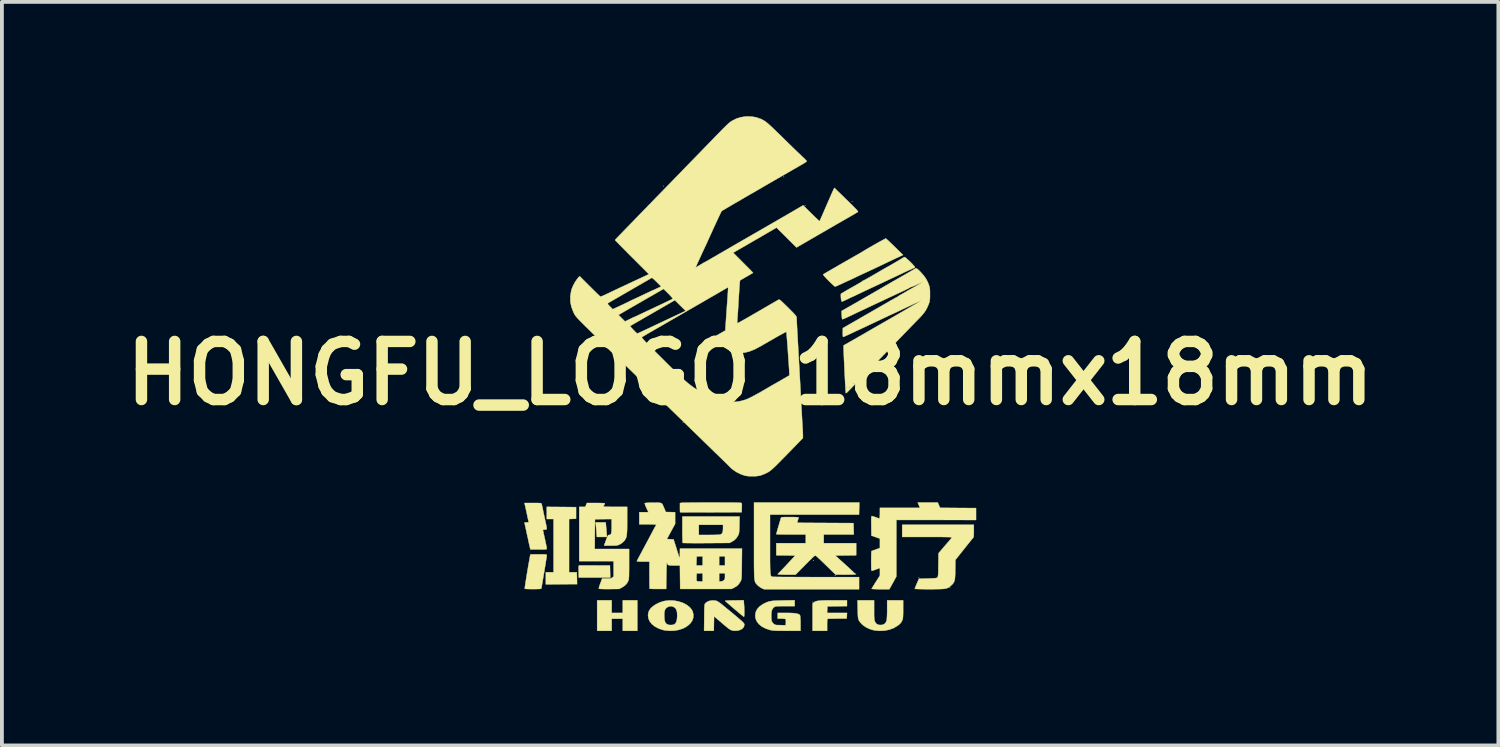
<source format=kicad_pcb>
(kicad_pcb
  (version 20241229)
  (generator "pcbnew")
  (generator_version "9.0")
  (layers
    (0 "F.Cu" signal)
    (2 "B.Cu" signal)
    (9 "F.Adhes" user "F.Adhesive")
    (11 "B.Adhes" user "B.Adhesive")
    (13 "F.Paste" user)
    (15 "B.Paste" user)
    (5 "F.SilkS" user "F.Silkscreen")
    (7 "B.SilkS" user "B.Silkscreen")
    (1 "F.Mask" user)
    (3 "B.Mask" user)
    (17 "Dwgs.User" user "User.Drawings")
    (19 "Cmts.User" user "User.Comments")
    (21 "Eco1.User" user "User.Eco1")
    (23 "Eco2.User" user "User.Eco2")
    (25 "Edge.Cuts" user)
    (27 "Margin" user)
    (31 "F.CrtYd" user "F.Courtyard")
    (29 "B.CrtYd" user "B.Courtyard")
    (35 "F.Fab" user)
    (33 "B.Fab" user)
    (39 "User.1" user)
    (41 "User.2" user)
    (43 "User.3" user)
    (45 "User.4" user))
  (footprint "HONGFU_LOGO_18mmx18mm"
    (layer "F.Cu")
    (at 16.626 6.74)
    (property "Reference" "HONGFU_LOGO_18mmx18mm" (at 0 0 0) (layer "F.SilkS") (effects (font (size 1.524 1.524) (thickness 0.3))))
    (attr through_hole)
    (fp_poly (pts (xy -2.261 -4.909) (xy -2.267 -4.902) (xy -2.273 -4.909) (xy -2.267 -4.915) (xy -2.261 -4.909)) (stroke (width 0.01) (type solid)) (fill yes) (layer "F.SilkS"))
    (fp_poly (pts (xy -1.753 1.289) (xy -1.759 1.295) (xy -1.765 1.289) (xy -1.759 1.283) (xy -1.753 1.289)) (stroke (width 0.01) (type solid)) (fill yes) (layer "F.SilkS"))
    (fp_poly (pts (xy 0.889 -5.15) (xy 0.883 -5.144) (xy 0.876 -5.15) (xy 0.883 -5.156) (xy 0.889 -5.15)) (stroke (width 0.01) (type solid)) (fill yes) (layer "F.SilkS"))
    (fp_poly (pts (xy 1.448 -4.401) (xy 1.441 -4.394) (xy 1.435 -4.401) (xy 1.441 -4.407) (xy 1.448 -4.401)) (stroke (width 0.01) (type solid)) (fill yes) (layer "F.SilkS"))
    (fp_poly (pts (xy 1.651 6.001) (xy 1.645 6.007) (xy 1.638 6.001) (xy 1.645 5.994) (xy 1.651 6.001)) (stroke (width 0.01) (type solid)) (fill yes) (layer "F.SilkS"))
    (fp_poly (pts (xy 1.664 4.909) (xy 1.657 4.915) (xy 1.651 4.909) (xy 1.657 4.902) (xy 1.664 4.909)) (stroke (width 0.01) (type solid)) (fill yes) (layer "F.SilkS"))
    (fp_poly (pts (xy 2.235 5.302) (xy 2.229 5.309) (xy 2.223 5.302) (xy 2.229 5.296) (xy 2.235 5.302)) (stroke (width 0.01) (type solid)) (fill yes) (layer "F.SilkS"))
    (fp_poly (pts (xy 2.68 -4.502) (xy 2.673 -4.496) (xy 2.667 -4.502) (xy 2.673 -4.508) (xy 2.68 -4.502)) (stroke (width 0.01) (type solid)) (fill yes) (layer "F.SilkS"))
    (fp_poly (pts (xy 4.432 5.366) (xy 4.426 5.372) (xy 4.42 5.366) (xy 4.426 5.359) (xy 4.432 5.366)) (stroke (width 0.01) (type solid)) (fill yes) (layer "F.SilkS"))
    (fp_poly (pts (xy 5.245 5.62) (xy 5.239 5.626) (xy 5.232 5.62) (xy 5.239 5.613) (xy 5.245 5.62)) (stroke (width 0.01) (type solid)) (fill yes) (layer "F.SilkS"))
    (fp_poly (pts (xy -3.632 6.287) (xy -3.34 6.287) (xy -3.34 5.956) (xy -2.959 5.956) (xy -2.959 6.756) (xy -3.34 6.756) (xy -3.34 6.439) (xy -3.632 6.439) (xy -3.632 6.756) (xy -4.013 6.756) (xy -4.013 5.956) (xy -3.632 5.956) (xy -3.632 6.287)) (stroke (width 0.01) (type solid)) (fill yes) (layer "F.SilkS"))
    (fp_poly (pts (xy -3.78 4.007) (xy -3.774 4.072) (xy -3.768 4.145) (xy -3.764 4.197) (xy -3.756 4.293) (xy -4.022 4.293) (xy -4.031 4.169) (xy -4.035 4.106) (xy -4.04 4.044) (xy -4.045 3.993) (xy -4.047 3.978) (xy -4.054 3.912) (xy -3.788 3.912) (xy -3.78 4.007)) (stroke (width 0.01) (type solid)) (fill yes) (layer "F.SilkS"))
    (fp_poly (pts (xy -4.222 5.041) (xy -4.127 5.041) (xy -4.077 5.041) (xy -3.677 5.042) (xy -3.67 5.359) (xy -4.494 5.359) (xy -4.498 5.201) (xy -4.499 5.13) (xy -4.497 5.078) (xy -4.494 5.048) (xy -4.489 5.041) (xy -4.474 5.041) (xy -4.436 5.041) (xy -4.38 5.041) (xy -4.307 5.041) (xy -4.222 5.041)) (stroke (width 0.01) (type solid)) (fill yes) (layer "F.SilkS"))
    (fp_poly (pts (xy -4.95 3.508) (xy -4.566 3.512) (xy -4.566 3.816) (xy -4.75 3.824) (xy -4.75 5.22) (xy -4.547 5.22) (xy -4.544 5.328) (xy -4.543 5.384) (xy -4.542 5.438) (xy -4.541 5.477) (xy -4.541 5.483) (xy -4.54 5.531) (xy -4.95 5.534) (xy -5.359 5.538) (xy -5.359 5.22) (xy -5.156 5.22) (xy -5.156 3.823) (xy -5.334 3.823) (xy -5.334 3.505) (xy -4.95 3.508)) (stroke (width 0.01) (type solid)) (fill yes) (layer "F.SilkS"))
    (fp_poly (pts (xy 2.54 6.108) (xy 2.026 6.115) (xy 2.022 6.201) (xy 2.018 6.287) (xy 2.541 6.287) (xy 2.537 6.36) (xy 2.534 6.433) (xy 2.299 6.435) (xy 2.223 6.436) (xy 2.154 6.437) (xy 2.099 6.438) (xy 2.059 6.438) (xy 2.042 6.439) (xy 2.032 6.441) (xy 2.026 6.451) (xy 2.022 6.472) (xy 2.02 6.508) (xy 2.019 6.564) (xy 2.019 6.598) (xy 2.019 6.756) (xy 1.638 6.756) (xy 1.638 6.044) (xy 1.668 6.014) (xy 1.687 5.999) (xy 1.713 5.986) (xy 1.746 5.976) (xy 1.791 5.968) (xy 1.85 5.963) (xy 1.925 5.959) (xy 2.019 5.957) (xy 2.135 5.956) (xy 2.185 5.956) (xy 2.54 5.956) (xy 2.54 6.108)) (stroke (width 0.01) (type solid)) (fill yes) (layer "F.SilkS"))
    (fp_poly (pts (xy -0.161 6.06) (xy -0.156 6.129) (xy -0.154 6.199) (xy -0.153 6.263) (xy -0.154 6.319) (xy -0.156 6.361) (xy -0.16 6.385) (xy -0.163 6.388) (xy -0.175 6.38) (xy -0.203 6.358) (xy -0.246 6.324) (xy -0.299 6.279) (xy -0.313 6.267) (xy -0.279 6.267) (xy -0.273 6.274) (xy -0.267 6.267) (xy -0.273 6.261) (xy -0.279 6.267) (xy -0.313 6.267) (xy -0.361 6.227) (xy -0.414 6.183) (xy -0.48 6.126) (xy -0.539 6.075) (xy -0.589 6.031) (xy -0.628 5.997) (xy -0.651 5.976) (xy -0.657 5.969) (xy -0.647 5.967) (xy -0.614 5.964) (xy -0.564 5.962) (xy -0.499 5.959) (xy -0.424 5.958) (xy -0.415 5.958) (xy -0.169 5.954) (xy -0.161 6.06)) (stroke (width 0.01) (type solid)) (fill yes) (layer "F.SilkS"))
    (fp_poly (pts (xy -0.918 3.391) (xy -0.797 3.392) (xy -0.682 3.392) (xy -0.574 3.393) (xy -0.476 3.393) (xy -0.392 3.394) (xy -0.325 3.396) (xy -0.276 3.397) (xy -0.248 3.398) (xy -0.244 3.399) (xy -0.231 3.404) (xy -0.222 3.413) (xy -0.218 3.432) (xy -0.217 3.466) (xy -0.218 3.519) (xy -0.219 3.526) (xy -0.222 3.645) (xy -1.027 3.648) (xy -1.167 3.649) (xy -1.3 3.649) (xy -1.423 3.649) (xy -1.534 3.649) (xy -1.631 3.649) (xy -1.712 3.648) (xy -1.774 3.648) (xy -1.816 3.647) (xy -1.835 3.646) (xy -1.836 3.646) (xy -1.839 3.632) (xy -1.84 3.598) (xy -1.841 3.551) (xy -1.841 3.524) (xy -1.841 3.407) (xy -1.802 3.399) (xy -1.781 3.397) (xy -1.738 3.396) (xy -1.676 3.395) (xy -1.596 3.394) (xy -1.503 3.393) (xy -1.398 3.392) (xy -1.284 3.392) (xy -1.164 3.391) (xy -1.041 3.391) (xy -0.918 3.391)) (stroke (width 0.01) (type solid)) (fill yes) (layer "F.SilkS"))
    (fp_poly (pts (xy -0.282 3.978) (xy -0.283 4.059) (xy -0.286 4.118) (xy -0.289 4.162) (xy -0.293 4.193) (xy -0.3 4.219) (xy -0.31 4.242) (xy -0.32 4.261) (xy -0.366 4.331) (xy -0.423 4.385) (xy -0.483 4.421) (xy -0.54 4.451) (xy -1.15 4.455) (xy -1.272 4.456) (xy -1.386 4.456) (xy -1.49 4.456) (xy -1.582 4.455) (xy -1.658 4.454) (xy -1.716 4.453) (xy -1.754 4.452) (xy -1.769 4.45) (xy -1.769 4.45) (xy -1.771 4.435) (xy -1.774 4.399) (xy -1.775 4.343) (xy -1.777 4.273) (xy -1.778 4.191) (xy -1.778 4.1) (xy -1.778 3.975) (xy -1.346 3.975) (xy -1.346 4.242) (xy -1.074 4.242) (xy -0.971 4.241) (xy -0.888 4.239) (xy -0.825 4.236) (xy -0.784 4.231) (xy -0.77 4.228) (xy -0.741 4.206) (xy -0.723 4.172) (xy -0.713 4.12) (xy -0.711 4.063) (xy -0.711 3.975) (xy -1.346 3.975) (xy -1.778 3.975) (xy -1.778 3.759) (xy -0.277 3.759) (xy -0.282 3.978)) (stroke (width 0.01) (type solid)) (fill yes) (layer "F.SilkS"))
    (fp_poly (pts (xy -5.471 4.75) (xy -5.415 4.751) (xy -5.376 4.752) (xy -5.352 4.755) (xy -5.34 4.76) (xy -5.335 4.767) (xy -5.334 4.777) (xy -5.336 4.796) (xy -5.342 4.837) (xy -5.351 4.895) (xy -5.362 4.967) (xy -5.375 5.049) (xy -5.386 5.11) (xy -5.401 5.203) (xy -5.417 5.295) (xy -5.431 5.38) (xy -5.443 5.453) (xy -5.452 5.509) (xy -5.456 5.529) (xy -5.465 5.581) (xy -5.473 5.622) (xy -5.479 5.647) (xy -5.48 5.652) (xy -5.494 5.655) (xy -5.529 5.658) (xy -5.579 5.66) (xy -5.638 5.661) (xy -5.702 5.662) (xy -5.766 5.661) (xy -5.823 5.66) (xy -5.871 5.658) (xy -5.902 5.655) (xy -5.911 5.652) (xy -5.911 5.638) (xy -5.907 5.601) (xy -5.899 5.547) (xy -5.889 5.478) (xy -5.876 5.397) (xy -5.862 5.308) (xy -5.846 5.214) (xy -5.83 5.118) (xy -5.814 5.024) (xy -5.798 4.936) (xy -5.784 4.86) (xy -5.776 4.812) (xy -5.769 4.776) (xy -5.766 4.756) (xy -5.766 4.755) (xy -5.754 4.753) (xy -5.72 4.752) (xy -5.67 4.751) (xy -5.607 4.75) (xy -5.55 4.75) (xy -5.471 4.75)) (stroke (width 0.01) (type solid)) (fill yes) (layer "F.SilkS"))
    (fp_poly (pts (xy -0.913 5.964) (xy -0.875 5.974) (xy -0.847 5.989) (xy -0.805 6.016) (xy -0.757 6.052) (xy -0.717 6.084) (xy -0.667 6.126) (xy -0.621 6.164) (xy -0.584 6.195) (xy -0.564 6.21) (xy -0.542 6.229) (xy -0.504 6.26) (xy -0.454 6.301) (xy -0.397 6.349) (xy -0.338 6.399) (xy -0.273 6.454) (xy -0.226 6.496) (xy -0.192 6.527) (xy -0.171 6.55) (xy -0.159 6.568) (xy -0.153 6.584) (xy -0.152 6.598) (xy -0.164 6.649) (xy -0.197 6.693) (xy -0.248 6.726) (xy -0.313 6.748) (xy -0.389 6.755) (xy -0.411 6.754) (xy -0.442 6.752) (xy -0.468 6.747) (xy -0.494 6.739) (xy -0.522 6.725) (xy -0.555 6.704) (xy -0.596 6.673) (xy -0.648 6.63) (xy -0.714 6.574) (xy -0.768 6.528) (xy -0.946 6.375) (xy -0.95 6.566) (xy -0.953 6.756) (xy -1.208 6.756) (xy -1.204 6.408) (xy -1.203 6.305) (xy -1.202 6.224) (xy -1.2 6.163) (xy -1.198 6.118) (xy -1.195 6.086) (xy -1.191 6.064) (xy -1.186 6.049) (xy -1.179 6.038) (xy -1.17 6.028) (xy -1.17 6.028) (xy -1.121 5.992) (xy -1.056 5.968) (xy -0.984 5.959) (xy -0.913 5.964)) (stroke (width 0.01) (type solid)) (fill yes) (layer "F.SilkS"))
    (fp_poly (pts (xy 3.251 6.213) (xy 3.251 6.301) (xy 3.252 6.369) (xy 3.254 6.418) (xy 3.257 6.455) (xy 3.262 6.482) (xy 3.269 6.504) (xy 3.277 6.522) (xy 3.305 6.565) (xy 3.343 6.591) (xy 3.395 6.603) (xy 3.429 6.604) (xy 3.491 6.594) (xy 3.539 6.563) (xy 3.571 6.513) (xy 3.58 6.484) (xy 3.585 6.452) (xy 3.589 6.4) (xy 3.592 6.333) (xy 3.594 6.256) (xy 3.594 6.192) (xy 3.594 5.956) (xy 4.013 5.956) (xy 4.013 6.194) (xy 4.013 6.28) (xy 4.011 6.345) (xy 4.009 6.393) (xy 4.005 6.428) (xy 4 6.454) (xy 3.992 6.475) (xy 3.988 6.483) (xy 3.967 6.524) (xy 3.946 6.554) (xy 3.918 6.582) (xy 3.876 6.616) (xy 3.87 6.62) (xy 3.77 6.681) (xy 3.656 6.724) (xy 3.531 6.75) (xy 3.4 6.757) (xy 3.267 6.745) (xy 3.229 6.737) (xy 3.126 6.705) (xy 3.031 6.658) (xy 2.949 6.599) (xy 2.884 6.531) (xy 2.854 6.484) (xy 2.844 6.464) (xy 2.837 6.441) (xy 2.831 6.413) (xy 2.828 6.374) (xy 2.825 6.321) (xy 2.823 6.249) (xy 2.822 6.194) (xy 2.817 5.956) (xy 3.251 5.956) (xy 3.251 6.213)) (stroke (width 0.01) (type solid)) (fill yes) (layer "F.SilkS"))
    (fp_poly (pts (xy 2.86 3.55) (xy 2.856 3.708) (xy 0.521 3.708) (xy 0.521 4.484) (xy 0.521 4.65) (xy 0.521 4.792) (xy 0.521 4.912) (xy 0.522 5.013) (xy 0.524 5.096) (xy 0.526 5.163) (xy 0.529 5.215) (xy 0.532 5.255) (xy 0.537 5.285) (xy 0.543 5.306) (xy 0.55 5.32) (xy 0.559 5.329) (xy 0.569 5.335) (xy 0.578 5.339) (xy 0.594 5.34) (xy 0.633 5.341) (xy 0.694 5.342) (xy 0.774 5.343) (xy 0.873 5.344) (xy 0.988 5.345) (xy 1.117 5.345) (xy 1.258 5.346) (xy 1.411 5.346) (xy 1.572 5.347) (xy 1.728 5.347) (xy 2.857 5.347) (xy 2.857 5.664) (xy 1.61 5.664) (xy 0.362 5.664) (xy 0.298 5.634) (xy 0.251 5.606) (xy 0.204 5.569) (xy 0.188 5.552) (xy 0.172 5.536) (xy 0.159 5.521) (xy 0.147 5.506) (xy 0.137 5.49) (xy 0.129 5.47) (xy 0.122 5.446) (xy 0.116 5.414) (xy 0.112 5.374) (xy 0.108 5.324) (xy 0.106 5.262) (xy 0.104 5.186) (xy 0.103 5.095) (xy 0.102 4.986) (xy 0.102 4.858) (xy 0.102 4.71) (xy 0.102 4.54) (xy 0.102 4.399) (xy 0.102 3.391) (xy 1.483 3.391) (xy 2.864 3.391) (xy 2.86 3.55)) (stroke (width 0.01) (type solid)) (fill yes) (layer "F.SilkS"))
    (fp_poly (pts (xy -2.008 5.962) (xy -1.888 5.983) (xy -1.775 6.018) (xy -1.675 6.069) (xy -1.591 6.132) (xy -1.588 6.136) (xy -1.537 6.193) (xy -1.506 6.253) (xy -1.491 6.323) (xy -1.489 6.338) (xy -1.494 6.42) (xy -1.523 6.497) (xy -1.575 6.568) (xy -1.649 6.632) (xy -1.743 6.687) (xy -1.755 6.692) (xy -1.866 6.73) (xy -1.989 6.752) (xy -2.116 6.756) (xy -2.242 6.743) (xy -2.296 6.731) (xy -2.405 6.693) (xy -2.498 6.644) (xy -2.574 6.583) (xy -2.63 6.514) (xy -2.665 6.439) (xy -2.677 6.363) (xy -2.253 6.363) (xy -2.248 6.449) (xy -2.235 6.514) (xy -2.21 6.56) (xy -2.173 6.588) (xy -2.122 6.602) (xy -2.082 6.604) (xy -2.029 6.6) (xy -1.992 6.588) (xy -1.977 6.578) (xy -1.947 6.543) (xy -1.926 6.492) (xy -1.916 6.422) (xy -1.913 6.35) (xy -1.917 6.272) (xy -1.93 6.214) (xy -1.954 6.171) (xy -1.989 6.139) (xy -1.998 6.134) (xy -2.056 6.112) (xy -2.117 6.114) (xy -2.173 6.138) (xy -2.208 6.166) (xy -2.231 6.199) (xy -2.245 6.242) (xy -2.252 6.301) (xy -2.253 6.363) (xy -2.677 6.363) (xy -2.678 6.358) (xy -2.676 6.324) (xy -2.667 6.278) (xy -2.654 6.236) (xy -2.649 6.225) (xy -2.606 6.165) (xy -2.542 6.107) (xy -2.462 6.055) (xy -2.371 6.011) (xy -2.273 5.98) (xy -2.248 5.974) (xy -2.13 5.959) (xy -2.008 5.962)) (stroke (width 0.01) (type solid)) (fill yes) (layer "F.SilkS"))
    (fp_poly (pts (xy -5.616 3.404) (xy -5.558 3.404) (xy -5.518 3.406) (xy -5.493 3.409) (xy -5.479 3.413) (xy -5.472 3.42) (xy -5.468 3.43) (xy -5.468 3.432) (xy -5.463 3.454) (xy -5.454 3.496) (xy -5.442 3.553) (xy -5.428 3.618) (xy -5.423 3.645) (xy -5.406 3.722) (xy -5.389 3.802) (xy -5.373 3.875) (xy -5.361 3.934) (xy -5.359 3.941) (xy -5.345 4.007) (xy -5.337 4.052) (xy -5.336 4.08) (xy -5.342 4.095) (xy -5.357 4.101) (xy -5.38 4.102) (xy -5.385 4.102) (xy -5.417 4.104) (xy -5.434 4.107) (xy -5.436 4.109) (xy -5.433 4.123) (xy -5.426 4.158) (xy -5.415 4.209) (xy -5.401 4.274) (xy -5.385 4.345) (xy -5.369 4.419) (xy -5.355 4.486) (xy -5.343 4.541) (xy -5.336 4.58) (xy -5.334 4.598) (xy -5.335 4.607) (xy -5.342 4.614) (xy -5.357 4.618) (xy -5.384 4.621) (xy -5.427 4.622) (xy -5.489 4.623) (xy -5.549 4.623) (xy -5.763 4.623) (xy -5.771 4.592) (xy -5.776 4.569) (xy -5.786 4.527) (xy -5.799 4.469) (xy -5.814 4.401) (xy -5.83 4.325) (xy -5.848 4.245) (xy -5.865 4.166) (xy -5.881 4.092) (xy -5.895 4.026) (xy -5.907 3.973) (xy -5.915 3.936) (xy -5.918 3.919) (xy -5.918 3.918) (xy -5.907 3.914) (xy -5.878 3.912) (xy -5.863 3.912) (xy -5.808 3.912) (xy -5.856 3.686) (xy -5.872 3.612) (xy -5.887 3.545) (xy -5.899 3.489) (xy -5.908 3.45) (xy -5.912 3.432) (xy -5.919 3.404) (xy -5.696 3.404) (xy -5.616 3.404)) (stroke (width 0.01) (type solid)) (fill yes) (layer "F.SilkS"))
    (fp_poly (pts (xy 4.658 3.391) (xy 4.921 3.391) (xy 4.951 3.461) (xy 4.981 3.53) (xy 5.453 3.534) (xy 5.925 3.537) (xy 5.925 3.849) (xy 3.835 3.848) (xy 3.835 5.331) (xy 3.652 5.664) (xy 3.42 5.664) (xy 3.346 5.664) (xy 3.282 5.662) (xy 3.232 5.66) (xy 3.199 5.657) (xy 3.188 5.654) (xy 3.194 5.64) (xy 3.212 5.609) (xy 3.24 5.564) (xy 3.274 5.51) (xy 3.296 5.475) (xy 3.404 5.307) (xy 3.404 5.108) (xy 3.305 5.145) (xy 3.258 5.162) (xy 3.218 5.175) (xy 3.194 5.181) (xy 3.191 5.182) (xy 3.185 5.176) (xy 3.181 5.156) (xy 3.178 5.121) (xy 3.176 5.067) (xy 3.175 4.992) (xy 3.175 4.921) (xy 3.176 4.839) (xy 3.177 4.769) (xy 3.179 4.713) (xy 3.182 4.676) (xy 3.186 4.661) (xy 3.187 4.661) (xy 3.203 4.657) (xy 3.237 4.645) (xy 3.282 4.629) (xy 3.301 4.622) (xy 3.404 4.582) (xy 3.404 4.46) (xy 3.404 4.337) (xy 3.292 4.298) (xy 3.181 4.259) (xy 3.178 4.003) (xy 3.177 3.914) (xy 3.177 3.848) (xy 3.178 3.801) (xy 3.181 3.77) (xy 3.185 3.753) (xy 3.19 3.747) (xy 3.192 3.747) (xy 3.212 3.751) (xy 3.249 3.762) (xy 3.293 3.778) (xy 3.294 3.778) (xy 3.338 3.794) (xy 3.372 3.805) (xy 3.391 3.81) (xy 3.391 3.81) (xy 3.397 3.798) (xy 3.401 3.764) (xy 3.403 3.713) (xy 3.404 3.67) (xy 3.404 3.531) (xy 4.456 3.531) (xy 4.395 3.391) (xy 4.658 3.391)) (stroke (width 0.01) (type solid)) (fill yes) (layer "F.SilkS"))
    (fp_poly (pts (xy 1.168 6.109) (xy 0.916 6.109) (xy 0.829 6.109) (xy 0.764 6.11) (xy 0.717 6.111) (xy 0.684 6.114) (xy 0.662 6.118) (xy 0.646 6.125) (xy 0.633 6.133) (xy 0.63 6.135) (xy 0.597 6.167) (xy 0.574 6.206) (xy 0.561 6.255) (xy 0.555 6.322) (xy 0.555 6.363) (xy 0.556 6.435) (xy 0.563 6.487) (xy 0.571 6.515) (xy 0.603 6.56) (xy 0.642 6.592) (xy 0.682 6.604) (xy 0.683 6.604) (xy 0.712 6.605) (xy 0.757 6.606) (xy 0.811 6.607) (xy 0.826 6.608) (xy 0.933 6.61) (xy 0.937 6.535) (xy 0.937 6.493) (xy 0.934 6.461) (xy 0.929 6.448) (xy 0.911 6.442) (xy 0.875 6.438) (xy 0.828 6.436) (xy 0.82 6.436) (xy 0.724 6.437) (xy 0.724 6.287) (xy 0.944 6.287) (xy 1.057 6.288) (xy 1.147 6.293) (xy 1.215 6.303) (xy 1.264 6.316) (xy 1.296 6.334) (xy 1.308 6.35) (xy 1.312 6.37) (xy 1.316 6.412) (xy 1.319 6.468) (xy 1.321 6.534) (xy 1.321 6.565) (xy 1.321 6.756) (xy 0.962 6.756) (xy 0.853 6.755) (xy 0.766 6.754) (xy 0.697 6.753) (xy 0.642 6.75) (xy 0.599 6.747) (xy 0.564 6.742) (xy 0.532 6.736) (xy 0.51 6.731) (xy 0.398 6.692) (xy 0.304 6.642) (xy 0.229 6.58) (xy 0.175 6.509) (xy 0.142 6.43) (xy 0.133 6.356) (xy 0.145 6.27) (xy 0.181 6.193) (xy 0.241 6.124) (xy 0.325 6.063) (xy 0.352 6.048) (xy 0.4 6.024) (xy 0.444 6.005) (xy 0.487 5.99) (xy 0.534 5.979) (xy 0.589 5.971) (xy 0.656 5.966) (xy 0.739 5.963) (xy 0.843 5.96) (xy 0.867 5.959) (xy 1.168 5.954) (xy 1.168 6.109)) (stroke (width 0.01) (type solid)) (fill yes) (layer "F.SilkS"))
    (fp_poly (pts (xy 3.56 -3.532) (xy 3.575 -3.52) (xy 3.599 -3.5) (xy 3.632 -3.47) (xy 3.677 -3.427) (xy 3.735 -3.372) (xy 3.807 -3.302) (xy 3.894 -3.216) (xy 3.932 -3.18) (xy 4.011 -3.102) (xy 3.907 -3.054) (xy 3.816 -3.012) (xy 3.709 -2.961) (xy 3.59 -2.905) (xy 3.467 -2.846) (xy 3.41 -2.819) (xy 3.263 -2.749) (xy 3.106 -2.676) (xy 3.004 -2.629) (xy 2.97 -2.613) (xy 2.918 -2.589) (xy 2.856 -2.56) (xy 2.789 -2.528) (xy 2.758 -2.513) (xy 2.695 -2.483) (xy 2.642 -2.458) (xy 2.601 -2.439) (xy 2.576 -2.428) (xy 2.571 -2.426) (xy 2.558 -2.421) (xy 2.527 -2.406) (xy 2.482 -2.385) (xy 2.426 -2.359) (xy 2.406 -2.349) (xy 2.346 -2.322) (xy 2.294 -2.299) (xy 2.254 -2.282) (xy 2.231 -2.274) (xy 2.228 -2.273) (xy 2.213 -2.282) (xy 2.185 -2.306) (xy 2.145 -2.342) (xy 2.097 -2.388) (xy 2.057 -2.428) (xy 2.007 -2.479) (xy 1.966 -2.524) (xy 1.935 -2.56) (xy 1.917 -2.584) (xy 1.914 -2.592) (xy 1.926 -2.6) (xy 1.958 -2.618) (xy 2.006 -2.647) (xy 2.068 -2.683) (xy 2.141 -2.725) (xy 2.221 -2.771) (xy 2.307 -2.821) (xy 2.396 -2.872) (xy 2.484 -2.923) (xy 2.569 -2.971) (xy 2.648 -3.017) (xy 2.719 -3.057) (xy 2.777 -3.09) (xy 2.822 -3.115) (xy 2.832 -3.121) (xy 2.876 -3.146) (xy 2.92 -3.172) (xy 2.934 -3.181) (xy 2.978 -3.208) (xy 3.035 -3.242) (xy 3.101 -3.281) (xy 3.172 -3.322) (xy 3.245 -3.364) (xy 3.317 -3.405) (xy 3.383 -3.442) (xy 3.441 -3.474) (xy 3.487 -3.498) (xy 3.517 -3.514) (xy 3.527 -3.518) (xy 3.544 -3.528) (xy 3.547 -3.534) (xy 3.551 -3.536) (xy 3.56 -3.532)) (stroke (width 0.01) (type solid)) (fill yes) (layer "F.SilkS"))
    (fp_poly (pts (xy 5.867 4.139) (xy 5.867 4.212) (xy 5.864 4.264) (xy 5.859 4.297) (xy 5.852 4.314) (xy 5.85 4.316) (xy 5.838 4.33) (xy 5.812 4.36) (xy 5.775 4.406) (xy 5.729 4.463) (xy 5.676 4.529) (xy 5.618 4.602) (xy 5.609 4.613) (xy 5.384 4.896) (xy 5.38 5.156) (xy 5.379 5.256) (xy 5.375 5.334) (xy 5.37 5.394) (xy 5.36 5.441) (xy 5.346 5.478) (xy 5.327 5.51) (xy 5.3 5.54) (xy 5.265 5.572) (xy 5.264 5.573) (xy 5.236 5.597) (xy 5.209 5.616) (xy 5.18 5.632) (xy 5.147 5.643) (xy 5.107 5.652) (xy 5.056 5.658) (xy 4.991 5.661) (xy 4.909 5.663) (xy 4.808 5.664) (xy 4.703 5.664) (xy 4.607 5.664) (xy 4.52 5.663) (xy 4.444 5.661) (xy 4.384 5.659) (xy 4.341 5.657) (xy 4.32 5.655) (xy 4.318 5.653) (xy 4.323 5.638) (xy 4.336 5.605) (xy 4.355 5.559) (xy 4.373 5.517) (xy 4.428 5.391) (xy 4.658 5.385) (xy 4.742 5.382) (xy 4.804 5.379) (xy 4.848 5.376) (xy 4.878 5.372) (xy 4.897 5.366) (xy 4.909 5.358) (xy 4.911 5.356) (xy 4.919 5.346) (xy 4.924 5.332) (xy 4.928 5.31) (xy 4.932 5.277) (xy 4.934 5.23) (xy 4.936 5.165) (xy 4.937 5.08) (xy 4.938 5.027) (xy 4.942 4.72) (xy 5.058 4.585) (xy 5.128 4.504) (xy 5.182 4.441) (xy 5.224 4.393) (xy 5.253 4.357) (xy 5.274 4.333) (xy 5.286 4.317) (xy 5.292 4.307) (xy 5.294 4.304) (xy 5.282 4.302) (xy 5.247 4.299) (xy 5.19 4.297) (xy 5.113 4.296) (xy 5.017 4.294) (xy 4.905 4.293) (xy 4.778 4.293) (xy 4.643 4.293) (xy 3.988 4.293) (xy 3.988 3.975) (xy 5.867 3.975) (xy 5.867 4.139)) (stroke (width 0.01) (type solid)) (fill yes) (layer "F.SilkS"))
    (fp_poly (pts (xy -3.972 3.404) (xy -3.907 3.405) (xy -3.856 3.407) (xy -3.823 3.41) (xy -3.81 3.413) (xy -3.81 3.413) (xy -3.817 3.43) (xy -3.829 3.454) (xy -3.842 3.481) (xy -3.848 3.496) (xy -3.836 3.498) (xy -3.802 3.501) (xy -3.749 3.503) (xy -3.682 3.504) (xy -3.602 3.505) (xy -3.537 3.505) (xy -3.226 3.505) (xy -3.226 3.865) (xy -3.226 3.984) (xy -3.227 4.082) (xy -3.23 4.16) (xy -3.235 4.222) (xy -3.242 4.271) (xy -3.252 4.31) (xy -3.265 4.341) (xy -3.282 4.37) (xy -3.303 4.397) (xy -3.308 4.403) (xy -3.347 4.44) (xy -3.395 4.475) (xy -3.419 4.488) (xy -3.447 4.502) (xy -3.474 4.511) (xy -3.504 4.517) (xy -3.543 4.52) (xy -3.597 4.521) (xy -3.659 4.521) (xy -3.832 4.521) (xy -3.781 4.381) (xy -3.759 4.321) (xy -3.741 4.28) (xy -3.728 4.256) (xy -3.716 4.245) (xy -3.702 4.242) (xy -3.702 4.242) (xy -3.677 4.239) (xy -3.659 4.228) (xy -3.646 4.206) (xy -3.638 4.169) (xy -3.634 4.115) (xy -3.632 4.039) (xy -3.632 4.01) (xy -3.632 3.824) (xy -4.07 3.829) (xy -4.077 4.61) (xy -3.175 4.61) (xy -3.175 5.002) (xy -3.175 5.116) (xy -3.176 5.208) (xy -3.177 5.28) (xy -3.179 5.335) (xy -3.182 5.376) (xy -3.185 5.406) (xy -3.19 5.428) (xy -3.195 5.443) (xy -3.232 5.512) (xy -3.283 5.566) (xy -3.352 5.613) (xy -3.356 5.615) (xy -3.435 5.658) (xy -3.698 5.661) (xy -3.787 5.661) (xy -3.862 5.66) (xy -3.919 5.658) (xy -3.955 5.655) (xy -3.969 5.651) (xy -3.968 5.635) (xy -3.959 5.6) (xy -3.944 5.553) (xy -3.929 5.512) (xy -3.882 5.385) (xy -3.765 5.385) (xy -3.707 5.384) (xy -3.667 5.381) (xy -3.64 5.374) (xy -3.62 5.362) (xy -3.615 5.358) (xy -3.581 5.332) (xy -3.581 4.928) (xy -4.483 4.928) (xy -4.483 3.505) (xy -4.404 3.505) (xy -4.324 3.505) (xy -4.303 3.454) (xy -4.282 3.404) (xy -4.046 3.404) (xy -3.972 3.404)) (stroke (width 0.01) (type solid)) (fill yes) (layer "F.SilkS"))
    (fp_poly (pts (xy 4.057 -3.046) (xy 4.072 -3.036) (xy 4.099 -3.013) (xy 4.135 -2.981) (xy 4.174 -2.945) (xy 4.213 -2.908) (xy 4.247 -2.874) (xy 4.27 -2.849) (xy 4.28 -2.836) (xy 4.28 -2.836) (xy 4.289 -2.824) (xy 4.307 -2.808) (xy 4.321 -2.795) (xy 4.323 -2.783) (xy 4.311 -2.77) (xy 4.281 -2.754) (xy 4.232 -2.732) (xy 4.216 -2.725) (xy 4.169 -2.704) (xy 4.107 -2.676) (xy 4.042 -2.646) (xy 4.007 -2.629) (xy 3.942 -2.598) (xy 3.873 -2.565) (xy 3.811 -2.536) (xy 3.785 -2.524) (xy 3.732 -2.499) (xy 3.666 -2.468) (xy 3.597 -2.435) (xy 3.556 -2.416) (xy 3.457 -2.369) (xy 3.378 -2.332) (xy 3.315 -2.302) (xy 3.265 -2.279) (xy 3.224 -2.26) (xy 3.191 -2.245) (xy 3.162 -2.232) (xy 3.127 -2.215) (xy 3.075 -2.19) (xy 3.01 -2.16) (xy 2.94 -2.126) (xy 2.892 -2.103) (xy 2.826 -2.072) (xy 2.769 -2.045) (xy 2.724 -2.024) (xy 2.695 -2.01) (xy 2.685 -2.007) (xy 2.672 -2.001) (xy 2.642 -1.987) (xy 2.598 -1.966) (xy 2.551 -1.943) (xy 2.499 -1.918) (xy 2.453 -1.897) (xy 2.421 -1.884) (xy 2.407 -1.88) (xy 2.396 -1.891) (xy 2.387 -1.928) (xy 2.382 -1.976) (xy 2.379 -2.024) (xy 2.379 -2.061) (xy 2.382 -2.082) (xy 2.383 -2.083) (xy 2.4 -2.095) (xy 2.437 -2.117) (xy 2.491 -2.15) (xy 2.562 -2.191) (xy 2.646 -2.239) (xy 2.741 -2.292) (xy 2.781 -2.315) (xy 2.838 -2.348) (xy 2.887 -2.376) (xy 2.923 -2.399) (xy 2.942 -2.413) (xy 2.944 -2.415) (xy 2.957 -2.426) (xy 2.958 -2.426) (xy 2.976 -2.432) (xy 3.015 -2.452) (xy 3.074 -2.485) (xy 3.155 -2.531) (xy 3.255 -2.589) (xy 3.327 -2.631) (xy 3.394 -2.67) (xy 3.457 -2.707) (xy 3.511 -2.739) (xy 3.553 -2.762) (xy 3.569 -2.771) (xy 3.657 -2.821) (xy 3.742 -2.869) (xy 3.82 -2.915) (xy 3.889 -2.955) (xy 3.945 -2.988) (xy 3.985 -3.012) (xy 4.004 -3.025) (xy 4.033 -3.041) (xy 4.056 -3.046) (xy 4.057 -3.046)) (stroke (width 0.01) (type solid)) (fill yes) (layer "F.SilkS"))
    (fp_poly (pts (xy 1.115 3.772) (xy 1.178 3.774) (xy 1.228 3.776) (xy 1.26 3.779) (xy 1.27 3.783) (xy 1.267 3.8) (xy 1.258 3.833) (xy 1.251 3.856) (xy 1.24 3.891) (xy 1.233 3.915) (xy 1.232 3.921) (xy 1.244 3.922) (xy 1.28 3.922) (xy 1.336 3.923) (xy 1.411 3.924) (xy 1.503 3.925) (xy 1.609 3.925) (xy 1.727 3.926) (xy 1.855 3.927) (xy 1.972 3.927) (xy 2.711 3.931) (xy 2.719 4.229) (xy 1.93 4.229) (xy 1.93 4.458) (xy 2.781 4.458) (xy 2.781 4.775) (xy 2.233 4.782) (xy 2.472 4.997) (xy 2.539 5.058) (xy 2.6 5.114) (xy 2.653 5.163) (xy 2.696 5.203) (xy 2.724 5.231) (xy 2.735 5.242) (xy 2.755 5.26) (xy 2.772 5.262) (xy 2.779 5.262) (xy 2.776 5.269) (xy 2.763 5.274) (xy 2.731 5.278) (xy 2.678 5.281) (xy 2.603 5.282) (xy 2.504 5.283) (xy 2.242 5.282) (xy 2 5.047) (xy 1.934 4.983) (xy 1.873 4.924) (xy 1.819 4.873) (xy 1.775 4.832) (xy 1.744 4.804) (xy 1.729 4.791) (xy 1.72 4.786) (xy 1.711 4.783) (xy 1.699 4.786) (xy 1.683 4.796) (xy 1.66 4.814) (xy 1.629 4.843) (xy 1.587 4.885) (xy 1.531 4.94) (xy 1.46 5.012) (xy 1.445 5.027) (xy 1.192 5.283) (xy 0.958 5.283) (xy 0.876 5.283) (xy 0.809 5.281) (xy 0.759 5.278) (xy 0.73 5.274) (xy 0.724 5.271) (xy 0.733 5.255) (xy 0.741 5.249) (xy 0.754 5.237) (xy 0.782 5.209) (xy 0.822 5.168) (xy 0.871 5.116) (xy 0.928 5.057) (xy 0.971 5.01) (xy 1.183 4.782) (xy 0.935 4.778) (xy 0.686 4.775) (xy 0.686 4.458) (xy 1.46 4.458) (xy 1.46 4.229) (xy 1.073 4.229) (xy 0.977 4.229) (xy 0.889 4.228) (xy 0.814 4.227) (xy 0.753 4.226) (xy 0.71 4.224) (xy 0.688 4.222) (xy 0.686 4.221) (xy 0.689 4.207) (xy 0.698 4.174) (xy 0.712 4.126) (xy 0.728 4.067) (xy 0.747 4.003) (xy 0.766 3.938) (xy 0.784 3.876) (xy 0.799 3.823) (xy 0.808 3.794) (xy 0.812 3.786) (xy 0.823 3.78) (xy 0.842 3.776) (xy 0.875 3.774) (xy 0.923 3.772) (xy 0.992 3.772) (xy 1.042 3.772) (xy 1.115 3.772)) (stroke (width 0.01) (type solid)) (fill yes) (layer "F.SilkS"))
    (fp_poly (pts (xy -2.476 3.394) (xy -2.422 3.395) (xy -2.38 3.398) (xy -2.364 3.4) (xy -2.339 3.405) (xy -2.321 3.413) (xy -2.306 3.429) (xy -2.291 3.456) (xy -2.271 3.5) (xy -2.261 3.524) (xy -2.212 3.639) (xy -2.09 3.642) (xy -1.968 3.646) (xy -1.968 3.951) (xy -2.076 4.15) (xy -2.184 4.35) (xy -2.097 4.353) (xy -2.009 4.357) (xy -1.943 4.563) (xy -1.913 4.66) (xy -1.889 4.735) (xy -1.871 4.789) (xy -1.859 4.823) (xy -1.851 4.84) (xy -1.846 4.84) (xy -1.843 4.825) (xy -1.843 4.797) (xy -1.843 4.757) (xy -1.843 4.734) (xy -1.841 4.597) (xy -0.214 4.597) (xy -0.218 5.001) (xy -0.219 5.113) (xy -0.221 5.203) (xy -0.222 5.273) (xy -0.224 5.327) (xy -0.227 5.367) (xy -0.23 5.396) (xy -0.234 5.418) (xy -0.24 5.435) (xy -0.247 5.451) (xy -0.25 5.456) (xy -0.295 5.527) (xy -0.346 5.579) (xy -0.41 5.619) (xy -0.417 5.622) (xy -0.489 5.658) (xy -1.835 5.658) (xy -1.838 5.386) (xy -1.408 5.386) (xy -1.407 5.423) (xy -1.404 5.444) (xy -1.389 5.455) (xy -1.351 5.46) (xy -1.321 5.461) (xy -1.245 5.461) (xy -1.245 5.245) (xy -0.813 5.245) (xy -0.813 5.461) (xy -0.77 5.461) (xy -0.727 5.452) (xy -0.694 5.435) (xy -0.675 5.417) (xy -0.665 5.397) (xy -0.661 5.366) (xy -0.66 5.327) (xy -0.66 5.245) (xy -0.813 5.245) (xy -1.245 5.245) (xy -1.245 5.244) (xy -1.324 5.248) (xy -1.403 5.251) (xy -1.407 5.339) (xy -1.408 5.386) (xy -1.838 5.386) (xy -1.842 5.042) (xy -1.411 5.042) (xy -1.245 5.042) (xy -1.245 4.801) (xy -0.813 4.801) (xy -0.813 5.042) (xy -0.66 5.042) (xy -0.66 4.801) (xy -0.813 4.801) (xy -1.245 4.801) (xy -1.245 4.799) (xy -1.324 4.803) (xy -1.403 4.807) (xy -1.411 5.042) (xy -1.842 5.042) (xy -1.993 5.042) (xy -2.062 5.041) (xy -2.11 5.039) (xy -2.141 5.032) (xy -2.161 5.019) (xy -2.172 4.999) (xy -2.18 4.969) (xy -2.181 4.964) (xy -2.184 4.965) (xy -2.187 4.988) (xy -2.19 5.033) (xy -2.192 5.096) (xy -2.195 5.175) (xy -2.197 5.269) (xy -2.197 5.29) (xy -2.203 5.658) (xy -2.417 5.658) (xy -2.488 5.658) (xy -2.55 5.657) (xy -2.598 5.655) (xy -2.628 5.654) (xy -2.636 5.653) (xy -2.638 5.639) (xy -2.639 5.603) (xy -2.64 5.549) (xy -2.641 5.479) (xy -2.641 5.396) (xy -2.642 5.305) (xy -2.642 5.294) (xy -2.642 4.94) (xy -2.807 4.94) (xy -2.868 4.94) (xy -2.919 4.938) (xy -2.955 4.936) (xy -2.971 4.933) (xy -2.972 4.932) (xy -2.966 4.918) (xy -2.951 4.887) (xy -2.929 4.845) (xy -2.916 4.821) (xy -2.884 4.761) (xy -2.846 4.69) (xy -2.81 4.622) (xy -2.8 4.604) (xy -2.77 4.547) (xy -2.74 4.49) (xy -2.714 4.442) (xy -2.705 4.426) (xy -2.686 4.391) (xy -2.659 4.34) (xy -2.627 4.279) (xy -2.593 4.214) (xy -2.584 4.197) (xy -2.552 4.137) (xy -2.523 4.082) (xy -2.499 4.039) (xy -2.484 4.012) (xy -2.481 4.007) (xy -2.467 3.984) (xy -2.464 3.972) (xy -2.476 3.969) (xy -2.509 3.966) (xy -2.56 3.964) (xy -2.624 3.963) (xy -2.686 3.962) (xy -2.908 3.962) (xy -2.908 3.645) (xy -2.669 3.645) (xy -2.721 3.531) (xy -2.742 3.482) (xy -2.758 3.441) (xy -2.765 3.415) (xy -2.764 3.408) (xy -2.748 3.404) (xy -2.712 3.4) (xy -2.661 3.397) (xy -2.601 3.395) (xy -2.537 3.394) (xy -2.476 3.394)) (stroke (width 0.01) (type solid)) (fill yes) (layer "F.SilkS"))
    (fp_poly (pts (xy 4.36 -2.751) (xy 4.387 -2.735) (xy 4.424 -2.702) (xy 4.474 -2.652) (xy 4.474 -2.652) (xy 4.551 -2.565) (xy 4.61 -2.482) (xy 4.656 -2.397) (xy 4.688 -2.317) (xy 4.701 -2.276) (xy 4.709 -2.237) (xy 4.715 -2.194) (xy 4.717 -2.14) (xy 4.717 -2.067) (xy 4.717 -2.064) (xy 4.717 -1.993) (xy 4.714 -1.94) (xy 4.709 -1.9) (xy 4.701 -1.864) (xy 4.689 -1.827) (xy 4.682 -1.81) (xy 4.644 -1.722) (xy 4.604 -1.648) (xy 4.556 -1.579) (xy 4.496 -1.507) (xy 4.452 -1.46) (xy 4.408 -1.415) (xy 4.35 -1.356) (xy 4.284 -1.288) (xy 4.214 -1.216) (xy 4.145 -1.144) (xy 4.12 -1.119) (xy 4.055 -1.052) (xy 3.992 -0.987) (xy 3.934 -0.928) (xy 3.885 -0.877) (xy 3.848 -0.839) (xy 3.835 -0.825) (xy 3.764 -0.751) (xy 3.681 -0.666) (xy 3.589 -0.571) (xy 3.492 -0.471) (xy 3.39 -0.366) (xy 3.288 -0.261) (xy 3.188 -0.158) (xy 3.092 -0.059) (xy 3.003 0.032) (xy 2.923 0.114) (xy 2.856 0.183) (xy 2.803 0.237) (xy 2.798 0.241) (xy 2.737 0.304) (xy 2.679 0.363) (xy 2.629 0.415) (xy 2.588 0.456) (xy 2.561 0.485) (xy 2.553 0.492) (xy 2.527 0.516) (xy 2.511 0.521) (xy 2.509 0.518) (xy 2.507 0.502) (xy 2.505 0.463) (xy 2.501 0.406) (xy 2.499 0.368) (xy 2.515 0.368) (xy 2.524 0.381) (xy 2.527 0.381) (xy 2.54 0.371) (xy 2.54 0.368) (xy 2.591 0.368) (xy 2.6 0.381) (xy 2.603 0.381) (xy 2.616 0.371) (xy 2.616 0.368) (xy 2.607 0.356) (xy 2.603 0.356) (xy 2.591 0.365) (xy 2.591 0.368) (xy 2.54 0.368) (xy 2.53 0.356) (xy 2.527 0.356) (xy 2.515 0.365) (xy 2.515 0.368) (xy 2.499 0.368) (xy 2.497 0.332) (xy 2.493 0.267) (xy 2.692 0.267) (xy 2.703 0.278) (xy 2.711 0.279) (xy 2.728 0.277) (xy 2.731 0.274) (xy 2.721 0.266) (xy 2.711 0.262) (xy 2.695 0.262) (xy 2.692 0.267) (xy 2.493 0.267) (xy 2.492 0.246) (xy 2.488 0.165) (xy 2.794 0.165) (xy 2.799 0.176) (xy 2.802 0.174) (xy 2.804 0.158) (xy 2.802 0.157) (xy 2.795 0.158) (xy 2.794 0.165) (xy 2.488 0.165) (xy 2.487 0.149) (xy 2.483 0.064) (xy 2.896 0.064) (xy 2.9 0.076) (xy 2.901 0.076) (xy 2.912 0.067) (xy 2.915 0.064) (xy 2.914 0.052) (xy 2.909 0.051) (xy 2.896 0.06) (xy 2.896 0.064) (xy 2.483 0.064) (xy 2.482 0.046) (xy 2.478 -0.036) (xy 2.985 -0.036) (xy 2.994 -0.026) (xy 2.996 -0.025) (xy 3.014 -0.034) (xy 3.015 -0.036) (xy 3.011 -0.045) (xy 3.003 -0.047) (xy 2.986 -0.041) (xy 2.985 -0.036) (xy 2.478 -0.036) (xy 2.477 -0.06) (xy 2.472 -0.167) (xy 2.467 -0.272) (xy 2.462 -0.371) (xy 2.458 -0.46) (xy 2.455 -0.538) (xy 2.453 -0.601) (xy 2.452 -0.646) (xy 2.451 -0.667) (xy 2.452 -0.73) (xy 2.652 -0.844) (xy 2.728 -0.887) (xy 2.819 -0.939) (xy 2.916 -0.995) (xy 3.012 -1.05) (xy 3.092 -1.097) (xy 3.181 -1.148) (xy 3.28 -1.205) (xy 3.379 -1.262) (xy 3.473 -1.316) (xy 3.543 -1.356) (xy 3.618 -1.399) (xy 3.708 -1.451) (xy 3.806 -1.507) (xy 3.906 -1.565) (xy 4.001 -1.62) (xy 4.032 -1.638) (xy 4.113 -1.685) (xy 4.191 -1.73) (xy 4.261 -1.771) (xy 4.321 -1.805) (xy 4.365 -1.83) (xy 4.385 -1.841) (xy 4.431 -1.868) (xy 4.455 -1.883) (xy 4.457 -1.888) (xy 4.439 -1.882) (xy 4.4 -1.866) (xy 4.341 -1.84) (xy 4.262 -1.803) (xy 4.218 -1.782) (xy 4.15 -1.75) (xy 4.069 -1.712) (xy 3.983 -1.671) (xy 3.902 -1.633) (xy 3.886 -1.626) (xy 3.813 -1.591) (xy 3.737 -1.556) (xy 3.666 -1.523) (xy 3.609 -1.496) (xy 3.594 -1.489) (xy 3.406 -1.401) (xy 3.24 -1.322) (xy 3.095 -1.254) (xy 2.968 -1.194) (xy 2.859 -1.143) (xy 2.766 -1.1) (xy 2.688 -1.063) (xy 2.624 -1.033) (xy 2.572 -1.009) (xy 2.531 -0.991) (xy 2.499 -0.976) (xy 2.476 -0.966) (xy 2.459 -0.959) (xy 2.449 -0.955) (xy 2.442 -0.953) (xy 2.439 -0.953) (xy 2.434 -0.964) (xy 2.431 -0.996) (xy 2.43 -1.041) (xy 2.43 -1.068) (xy 2.432 -1.183) (xy 2.565 -1.26) (xy 2.614 -1.288) (xy 2.68 -1.326) (xy 2.758 -1.371) (xy 2.844 -1.42) (xy 2.932 -1.472) (xy 2.997 -1.509) (xy 3.091 -1.563) (xy 3.167 -1.606) (xy 3.228 -1.642) (xy 3.279 -1.671) (xy 3.322 -1.696) (xy 3.363 -1.719) (xy 3.404 -1.743) (xy 3.449 -1.769) (xy 3.502 -1.799) (xy 3.567 -1.837) (xy 3.606 -1.859) (xy 3.675 -1.899) (xy 4.47 -1.899) (xy 4.477 -1.892) (xy 4.483 -1.899) (xy 4.477 -1.905) (xy 4.47 -1.899) (xy 3.675 -1.899) (xy 3.675 -1.899) (xy 3.737 -1.934) (xy 3.788 -1.963) (xy 3.825 -1.983) (xy 3.844 -1.993) (xy 3.846 -1.994) (xy 3.86 -2.001) (xy 3.872 -2.011) (xy 3.894 -2.026) (xy 3.93 -2.048) (xy 3.962 -2.066) (xy 4.015 -2.096) (xy 4.072 -2.129) (xy 4.102 -2.146) (xy 4.149 -2.174) (xy 4.196 -2.201) (xy 4.223 -2.216) (xy 4.272 -2.243) (xy 4.325 -2.273) (xy 4.379 -2.305) (xy 4.427 -2.334) (xy 4.467 -2.359) (xy 4.494 -2.377) (xy 4.503 -2.384) (xy 4.503 -2.385) (xy 4.491 -2.381) (xy 4.462 -2.369) (xy 4.424 -2.351) (xy 4.36 -2.319) (xy 4.302 -2.293) (xy 4.254 -2.272) (xy 4.22 -2.26) (xy 4.204 -2.257) (xy 4.204 -2.258) (xy 4.198 -2.258) (xy 4.194 -2.253) (xy 4.187 -2.246) (xy 4.171 -2.236) (xy 4.144 -2.221) (xy 4.104 -2.201) (xy 4.048 -2.174) (xy 3.974 -2.139) (xy 3.88 -2.095) (xy 3.867 -2.089) (xy 3.728 -2.024) (xy 3.586 -1.958) (xy 3.444 -1.891) (xy 3.303 -1.825) (xy 3.167 -1.761) (xy 3.037 -1.7) (xy 2.917 -1.644) (xy 2.809 -1.593) (xy 2.716 -1.548) (xy 2.639 -1.512) (xy 2.582 -1.485) (xy 2.567 -1.478) (xy 2.512 -1.452) (xy 2.465 -1.432) (xy 2.432 -1.419) (xy 2.415 -1.416) (xy 2.415 -1.416) (xy 2.411 -1.432) (xy 2.406 -1.467) (xy 2.403 -1.513) (xy 2.402 -1.528) (xy 2.398 -1.632) (xy 2.79 -1.856) (xy 2.894 -1.916) (xy 3.003 -1.979) (xy 3.112 -2.041) (xy 3.215 -2.101) (xy 3.309 -2.155) (xy 3.387 -2.2) (xy 3.416 -2.217) (xy 3.488 -2.259) (xy 3.555 -2.298) (xy 3.613 -2.331) (xy 3.658 -2.357) (xy 3.685 -2.373) (xy 3.689 -2.375) (xy 3.723 -2.394) (xy 4.521 -2.394) (xy 4.528 -2.388) (xy 4.534 -2.394) (xy 4.528 -2.4) (xy 4.521 -2.394) (xy 3.723 -2.394) (xy 3.729 -2.398) (xy 3.787 -2.431) (xy 3.857 -2.471) (xy 3.935 -2.516) (xy 4.017 -2.563) (xy 4.098 -2.609) (xy 4.153 -2.641) (xy 4.21 -2.674) (xy 4.26 -2.704) (xy 4.299 -2.727) (xy 4.321 -2.742) (xy 4.324 -2.744) (xy 4.34 -2.754) (xy 4.36 -2.751)) (stroke (width 0.01) (type solid)) (fill yes) (layer "F.SilkS"))
    (fp_poly (pts (xy 0.024 -6.734) (xy 0.155 -6.713) (xy 0.277 -6.671) (xy 0.338 -6.641) (xy 0.363 -6.626) (xy 0.388 -6.611) (xy 0.413 -6.593) (xy 0.44 -6.572) (xy 0.472 -6.545) (xy 0.51 -6.511) (xy 0.557 -6.468) (xy 0.614 -6.414) (xy 0.682 -6.348) (xy 0.765 -6.268) (xy 0.863 -6.172) (xy 0.885 -6.15) (xy 0.972 -6.065) (xy 1.057 -5.982) (xy 1.138 -5.903) (xy 1.213 -5.831) (xy 1.278 -5.769) (xy 1.331 -5.718) (xy 1.369 -5.681) (xy 1.379 -5.672) (xy 1.421 -5.632) (xy 1.456 -5.597) (xy 1.478 -5.573) (xy 1.486 -5.562) (xy 1.475 -5.55) (xy 1.445 -5.529) (xy 1.399 -5.499) (xy 1.339 -5.464) (xy 1.295 -5.439) (xy 1.266 -5.422) (xy 1.219 -5.395) (xy 1.156 -5.359) (xy 1.079 -5.315) (xy 0.993 -5.265) (xy 0.9 -5.211) (xy 0.802 -5.155) (xy 0.702 -5.098) (xy 0.604 -5.041) (xy 0.509 -4.986) (xy 0.42 -4.935) (xy 0.341 -4.889) (xy 0.275 -4.85) (xy 0.223 -4.82) (xy 0.188 -4.8) (xy 0.178 -4.794) (xy 0.129 -4.765) (xy 0.078 -4.736) (xy 0.051 -4.72) (xy 0.023 -4.705) (xy -0.022 -4.679) (xy -0.08 -4.645) (xy -0.148 -4.606) (xy -0.225 -4.561) (xy -0.305 -4.514) (xy -0.387 -4.467) (xy -0.468 -4.42) (xy -0.544 -4.375) (xy -0.611 -4.336) (xy -0.668 -4.302) (xy -0.711 -4.277) (xy -0.737 -4.261) (xy -0.743 -4.258) (xy -0.752 -4.246) (xy -0.768 -4.215) (xy -0.792 -4.165) (xy -0.825 -4.096) (xy -0.867 -4.006) (xy -0.918 -3.896) (xy -0.979 -3.763) (xy -1.049 -3.608) (xy -1.07 -3.562) (xy -1.101 -3.494) (xy -1.132 -3.426) (xy -1.16 -3.365) (xy -1.181 -3.319) (xy -1.184 -3.315) (xy -1.209 -3.26) (xy -1.241 -3.192) (xy -1.276 -3.116) (xy -1.312 -3.038) (xy -1.346 -2.963) (xy -1.376 -2.898) (xy -1.398 -2.848) (xy -1.403 -2.837) (xy -1.432 -2.771) (xy -1.306 -2.846) (xy -1.256 -2.876) (xy -1.214 -2.9) (xy -1.185 -2.916) (xy -1.175 -2.921) (xy -1.163 -2.927) (xy -1.132 -2.944) (xy -1.086 -2.971) (xy -1.027 -3.005) (xy -0.959 -3.044) (xy -0.912 -3.071) (xy -0.822 -3.124) (xy -0.714 -3.186) (xy -0.592 -3.257) (xy -0.461 -3.333) (xy -0.326 -3.411) (xy -0.189 -3.49) (xy -0.056 -3.567) (xy 0.069 -3.639) (xy 0.183 -3.704) (xy 0.273 -3.756) (xy 0.358 -3.805) (xy 0.459 -3.864) (xy 0.573 -3.929) (xy 0.695 -4) (xy 0.819 -4.072) (xy 0.941 -4.142) (xy 1.056 -4.209) (xy 1.16 -4.269) (xy 1.2 -4.293) (xy 1.391 -4.404) (xy 1.603 -4.194) (xy 1.663 -4.135) (xy 1.717 -4.083) (xy 1.762 -4.04) (xy 1.796 -4.008) (xy 1.817 -3.991) (xy 1.821 -3.989) (xy 1.827 -4.001) (xy 1.842 -4.034) (xy 1.865 -4.085) (xy 1.894 -4.151) (xy 1.928 -4.229) (xy 1.966 -4.317) (xy 1.994 -4.381) (xy 2.036 -4.477) (xy 2.075 -4.566) (xy 2.11 -4.647) (xy 2.14 -4.715) (xy 2.164 -4.769) (xy 2.181 -4.805) (xy 2.186 -4.816) (xy 2.21 -4.863) (xy 2.271 -4.803) (xy 2.388 -4.69) (xy 2.487 -4.593) (xy 2.571 -4.511) (xy 2.641 -4.442) (xy 2.697 -4.387) (xy 2.741 -4.342) (xy 2.775 -4.307) (xy 2.8 -4.281) (xy 2.816 -4.262) (xy 2.825 -4.248) (xy 2.829 -4.239) (xy 2.828 -4.233) (xy 2.824 -4.229) (xy 2.819 -4.226) (xy 2.816 -4.225) (xy 2.794 -4.211) (xy 2.754 -4.188) (xy 2.702 -4.157) (xy 2.643 -4.123) (xy 2.581 -4.087) (xy 2.521 -4.053) (xy 2.469 -4.023) (xy 2.428 -4) (xy 2.426 -3.998) (xy 2.397 -3.982) (xy 2.347 -3.953) (xy 2.275 -3.912) (xy 2.181 -3.857) (xy 2.065 -3.79) (xy 1.927 -3.71) (xy 1.767 -3.618) (xy 1.585 -3.512) (xy 1.424 -3.419) (xy 1.216 -3.299) (xy 0.692 -3.82) (xy 0.419 -3.661) (xy 0.328 -3.608) (xy 0.229 -3.55) (xy 0.129 -3.493) (xy 0.036 -3.439) (xy -0.044 -3.392) (xy -0.064 -3.381) (xy -0.136 -3.339) (xy -0.208 -3.298) (xy -0.274 -3.26) (xy -0.327 -3.229) (xy -0.359 -3.211) (xy -0.445 -3.161) (xy -0.184 -2.9) (xy -0.118 -2.833) (xy -0.058 -2.773) (xy -0.006 -2.721) (xy 0.035 -2.679) (xy 0.063 -2.65) (xy 0.076 -2.636) (xy 0.076 -2.636) (xy 0.066 -2.628) (xy 0.037 -2.611) (xy -0.006 -2.585) (xy -0.06 -2.554) (xy -0.095 -2.534) (xy -0.265 -2.436) (xy -0.272 -2.383) (xy -0.275 -2.357) (xy -0.278 -2.309) (xy -0.283 -2.243) (xy -0.288 -2.164) (xy -0.293 -2.076) (xy -0.299 -1.988) (xy -0.305 -1.886) (xy -0.311 -1.783) (xy -0.317 -1.684) (xy -0.323 -1.594) (xy -0.328 -1.521) (xy -0.331 -1.481) (xy -0.336 -1.419) (xy -0.338 -1.367) (xy -0.339 -1.33) (xy -0.338 -1.312) (xy -0.338 -1.312) (xy -0.331 -1.313) (xy -0.314 -1.321) (xy -0.285 -1.336) (xy -0.242 -1.36) (xy -0.186 -1.391) (xy -0.113 -1.432) (xy -0.025 -1.483) (xy 0.082 -1.545) (xy 0.208 -1.617) (xy 0.354 -1.702) (xy 0.419 -1.74) (xy 0.499 -1.787) (xy 0.573 -1.829) (xy 0.638 -1.867) (xy 0.69 -1.897) (xy 0.727 -1.918) (xy 0.745 -1.928) (xy 0.754 -1.931) (xy 0.766 -1.93) (xy 0.782 -1.921) (xy 0.805 -1.904) (xy 0.836 -1.876) (xy 0.879 -1.835) (xy 0.935 -1.78) (xy 0.996 -1.721) (xy 1.065 -1.651) (xy 1.118 -1.598) (xy 1.158 -1.556) (xy 1.185 -1.525) (xy 1.203 -1.502) (xy 1.213 -1.484) (xy 1.218 -1.468) (xy 1.219 -1.452) (xy 1.219 -1.451) (xy 1.22 -1.433) (xy 1.221 -1.401) (xy 1.223 -1.355) (xy 1.226 -1.293) (xy 1.23 -1.214) (xy 1.235 -1.116) (xy 1.242 -0.999) (xy 1.249 -0.862) (xy 1.258 -0.702) (xy 1.268 -0.52) (xy 1.28 -0.314) (xy 1.282 -0.267) (xy 1.286 -0.203) (xy 1.291 -0.119) (xy 1.296 -0.017) (xy 1.302 0.098) (xy 1.309 0.223) (xy 1.316 0.353) (xy 1.323 0.485) (xy 1.327 0.559) (xy 1.334 0.688) (xy 1.341 0.817) (xy 1.348 0.943) (xy 1.354 1.06) (xy 1.36 1.166) (xy 1.365 1.257) (xy 1.37 1.328) (xy 1.371 1.361) (xy 1.376 1.437) (xy 1.38 1.509) (xy 1.382 1.572) (xy 1.384 1.618) (xy 1.384 1.636) (xy 1.384 1.7) (xy 1.103 1.99) (xy 0.99 2.106) (xy 0.893 2.205) (xy 0.811 2.288) (xy 0.742 2.358) (xy 0.684 2.416) (xy 0.635 2.463) (xy 0.594 2.501) (xy 0.56 2.531) (xy 0.531 2.555) (xy 0.504 2.574) (xy 0.48 2.59) (xy 0.455 2.604) (xy 0.437 2.613) (xy 0.378 2.641) (xy 0.317 2.665) (xy 0.263 2.683) (xy 0.253 2.686) (xy 0.183 2.697) (xy 0.1 2.703) (xy 0.013 2.703) (xy -0.068 2.697) (xy -0.135 2.686) (xy -0.14 2.685) (xy -0.252 2.645) (xy -0.363 2.589) (xy -0.444 2.534) (xy -0.481 2.505) (xy -0.509 2.481) (xy -0.523 2.468) (xy -0.523 2.467) (xy -0.533 2.456) (xy -0.559 2.43) (xy -0.597 2.391) (xy -0.645 2.344) (xy -0.7 2.29) (xy -0.712 2.28) (xy -0.773 2.22) (xy -0.847 2.148) (xy -0.93 2.068) (xy -1.016 1.984) (xy -1.1 1.902) (xy -1.156 1.848) (xy -1.229 1.777) (xy -1.312 1.695) (xy -1.407 1.603) (xy -1.515 1.498) (xy -1.635 1.381) (xy -1.769 1.251) (xy -1.918 1.106) (xy -2.082 0.947) (xy -2.263 0.771) (xy -2.461 0.579) (xy -2.52 0.521) (xy -2.603 0.441) (xy -2.695 0.351) (xy -2.791 0.257) (xy -2.884 0.167) (xy -2.967 0.085) (xy -2.991 0.062) (xy -3.056 -0.001) (xy -3.117 -0.061) (xy -3.171 -0.113) (xy -3.215 -0.156) (xy -3.246 -0.186) (xy -3.259 -0.198) (xy -3.286 -0.223) (xy -3.328 -0.264) (xy -3.384 -0.318) (xy -3.452 -0.384) (xy -3.529 -0.459) (xy -3.614 -0.541) (xy -3.704 -0.629) (xy -3.796 -0.719) (xy -3.89 -0.81) (xy -3.982 -0.9) (xy -4.027 -0.945) (xy -2.839 -0.945) (xy -2.838 -0.937) (xy -2.832 -0.925) (xy -2.819 -0.907) (xy -2.797 -0.882) (xy -2.767 -0.848) (xy -2.725 -0.804) (xy -2.671 -0.749) (xy -2.604 -0.681) (xy -2.522 -0.599) (xy -2.424 -0.501) (xy -2.359 -0.437) (xy -2.228 -0.306) (xy -2.113 -0.192) (xy -2.012 -0.093) (xy -1.924 -0.008) (xy -1.847 0.067) (xy -1.778 0.131) (xy -1.717 0.186) (xy -1.661 0.235) (xy -1.609 0.278) (xy -1.559 0.317) (xy -1.509 0.354) (xy -1.457 0.391) (xy -1.401 0.428) (xy -1.343 0.467) (xy -1.165 0.572) (xy -0.989 0.654) (xy -0.816 0.713) (xy -0.646 0.748) (xy -0.481 0.758) (xy -0.322 0.744) (xy -0.314 0.743) (xy -0.248 0.729) (xy -0.177 0.711) (xy -0.116 0.692) (xy -0.112 0.691) (xy -0.057 0.668) (xy 0.017 0.632) (xy 0.106 0.586) (xy 0.209 0.53) (xy 0.32 0.467) (xy 0.439 0.397) (xy 0.445 0.394) (xy 0.497 0.363) (xy 0.555 0.329) (xy 0.585 0.312) (xy 0.62 0.292) (xy 0.672 0.263) (xy 0.735 0.227) (xy 0.803 0.188) (xy 0.842 0.165) (xy 1.029 0.057) (xy 1.028 0.006) (xy 1.027 -0.025) (xy 1.024 -0.076) (xy 1.02 -0.144) (xy 1.015 -0.225) (xy 1.009 -0.316) (xy 1.002 -0.414) (xy 0.995 -0.515) (xy 0.988 -0.618) (xy 0.981 -0.718) (xy 0.973 -0.812) (xy 0.967 -0.897) (xy 0.961 -0.97) (xy 0.956 -1.028) (xy 0.952 -1.068) (xy 0.95 -1.086) (xy 0.949 -1.087) (xy 0.937 -1.083) (xy 0.905 -1.067) (xy 0.858 -1.042) (xy 0.798 -1.009) (xy 0.727 -0.97) (xy 0.658 -0.93) (xy 0.574 -0.881) (xy 0.489 -0.833) (xy 0.41 -0.787) (xy 0.34 -0.747) (xy 0.284 -0.714) (xy 0.258 -0.7) (xy 0.115 -0.625) (xy -0.019 -0.572) (xy -0.145 -0.541) (xy -0.265 -0.532) (xy -0.382 -0.546) (xy -0.497 -0.582) (xy -0.614 -0.642) (xy -0.735 -0.725) (xy -0.861 -0.832) (xy -0.874 -0.845) (xy -0.911 -0.879) (xy -0.937 -0.903) (xy -0.949 -0.923) (xy -0.947 -0.94) (xy -0.93 -0.959) (xy -0.895 -0.982) (xy -0.841 -1.012) (xy -0.786 -1.044) (xy -0.651 -1.121) (xy -0.643 -1.256) (xy -0.638 -1.323) (xy -0.633 -1.405) (xy -0.627 -1.491) (xy -0.622 -1.568) (xy -0.611 -1.718) (xy -0.602 -1.844) (xy -0.595 -1.949) (xy -0.589 -2.034) (xy -0.584 -2.102) (xy -0.581 -2.154) (xy -0.579 -2.192) (xy -0.578 -2.219) (xy -0.578 -2.236) (xy -0.578 -2.245) (xy -0.58 -2.247) (xy -0.593 -2.246) (xy -0.607 -2.24) (xy -0.624 -2.23) (xy -0.659 -2.209) (xy -0.71 -2.18) (xy -0.772 -2.144) (xy -0.842 -2.103) (xy -0.876 -2.083) (xy -0.957 -2.036) (xy -1.054 -1.981) (xy -1.16 -1.919) (xy -1.269 -1.856) (xy -1.375 -1.795) (xy -1.448 -1.753) (xy -1.53 -1.705) (xy -1.63 -1.648) (xy -1.743 -1.582) (xy -1.866 -1.512) (xy -1.993 -1.439) (xy -2.12 -1.365) (xy -2.243 -1.294) (xy -2.292 -1.266) (xy -2.398 -1.205) (xy -2.498 -1.148) (xy -2.588 -1.095) (xy -2.669 -1.049) (xy -2.736 -1.009) (xy -2.787 -0.979) (xy -2.822 -0.959) (xy -2.836 -0.95) (xy -2.839 -0.945) (xy -4.027 -0.945) (xy -4.07 -0.987) (xy -4.153 -1.068) (xy -4.227 -1.141) (xy -4.292 -1.205) (xy -4.3 -1.213) (xy -4.324 -1.237) (xy -3.149 -1.237) (xy -3.143 -1.227) (xy -3.123 -1.203) (xy -3.093 -1.171) (xy -3.059 -1.135) (xy -3.024 -1.099) (xy -2.993 -1.069) (xy -2.97 -1.048) (xy -2.96 -1.041) (xy -2.947 -1.047) (xy -2.915 -1.061) (xy -2.866 -1.083) (xy -2.805 -1.112) (xy -2.733 -1.145) (xy -2.693 -1.164) (xy -2.605 -1.205) (xy -2.514 -1.249) (xy -2.425 -1.29) (xy -2.345 -1.328) (xy -2.281 -1.358) (xy -2.273 -1.362) (xy -2.208 -1.393) (xy -2.144 -1.423) (xy -2.088 -1.449) (xy -2.048 -1.468) (xy -2.045 -1.469) (xy -2.005 -1.488) (xy -1.949 -1.514) (xy -1.887 -1.544) (xy -1.833 -1.569) (xy -1.691 -1.636) (xy -1.833 -1.776) (xy -1.975 -1.917) (xy -2.032 -1.884) (xy -2.068 -1.863) (xy -2.118 -1.834) (xy -2.174 -1.801) (xy -2.203 -1.784) (xy -2.296 -1.731) (xy -2.404 -1.668) (xy -2.523 -1.6) (xy -2.645 -1.529) (xy -2.766 -1.46) (xy -2.878 -1.395) (xy -2.946 -1.356) (xy -3.01 -1.319) (xy -3.066 -1.287) (xy -3.11 -1.261) (xy -3.139 -1.243) (xy -3.149 -1.237) (xy -4.324 -1.237) (xy -4.379 -1.291) (xy -4.443 -1.355) (xy -4.493 -1.406) (xy -4.531 -1.447) (xy -4.56 -1.481) (xy -4.583 -1.51) (xy -4.597 -1.53) (xy -3.454 -1.53) (xy -3.369 -1.445) (xy -3.332 -1.408) (xy -3.303 -1.379) (xy -3.285 -1.362) (xy -3.281 -1.359) (xy -3.27 -1.364) (xy -3.241 -1.378) (xy -3.198 -1.399) (xy -3.164 -1.416) (xy -3.115 -1.44) (xy -3.075 -1.459) (xy -3.05 -1.471) (xy -3.043 -1.473) (xy -3.03 -1.478) (xy -2.999 -1.492) (xy -2.955 -1.513) (xy -2.906 -1.536) (xy -2.861 -1.557) (xy -2.797 -1.587) (xy -2.719 -1.624) (xy -2.629 -1.666) (xy -2.534 -1.711) (xy -2.437 -1.757) (xy -2.407 -1.771) (xy -2.317 -1.813) (xy -2.235 -1.852) (xy -2.162 -1.887) (xy -2.103 -1.916) (xy -2.059 -1.937) (xy -2.034 -1.95) (xy -2.03 -1.953) (xy -2.034 -1.965) (xy -2.055 -1.991) (xy -2.087 -2.028) (xy -2.129 -2.072) (xy -2.145 -2.088) (xy -2.271 -2.213) (xy -2.567 -2.042) (xy -2.669 -1.984) (xy -2.784 -1.918) (xy -2.904 -1.848) (xy -3.022 -1.78) (xy -3.128 -1.719) (xy -3.159 -1.701) (xy -3.454 -1.53) (xy -4.597 -1.53) (xy -4.601 -1.536) (xy -4.616 -1.564) (xy -4.631 -1.594) (xy -4.635 -1.603) (xy -4.688 -1.74) (xy -4.706 -1.831) (xy -3.733 -1.831) (xy -3.732 -1.815) (xy -3.714 -1.791) (xy -3.679 -1.755) (xy -3.676 -1.752) (xy -3.604 -1.679) (xy -3.399 -1.774) (xy -3.331 -1.806) (xy -3.271 -1.834) (xy -3.222 -1.858) (xy -3.188 -1.874) (xy -3.175 -1.881) (xy -3.151 -1.894) (xy -3.117 -1.911) (xy -3.111 -1.913) (xy -3.027 -1.952) (xy -2.922 -2.001) (xy -2.802 -2.058) (xy -2.726 -2.094) (xy -2.668 -2.122) (xy -2.618 -2.145) (xy -2.581 -2.162) (xy -2.562 -2.171) (xy -2.559 -2.172) (xy -2.547 -2.177) (xy -2.517 -2.19) (xy -2.474 -2.21) (xy -2.444 -2.224) (xy -2.333 -2.275) (xy -2.452 -2.394) (xy -2.504 -2.445) (xy -2.544 -2.481) (xy -2.572 -2.5) (xy -2.584 -2.503) (xy -2.598 -2.494) (xy -2.631 -2.474) (xy -2.68 -2.445) (xy -2.741 -2.41) (xy -2.811 -2.37) (xy -2.851 -2.347) (xy -2.941 -2.295) (xy -3.045 -2.235) (xy -3.155 -2.171) (xy -3.264 -2.108) (xy -3.363 -2.051) (xy -3.385 -2.038) (xy -3.462 -1.993) (xy -3.533 -1.952) (xy -3.595 -1.916) (xy -3.644 -1.888) (xy -3.677 -1.869) (xy -3.689 -1.862) (xy -3.719 -1.845) (xy -3.733 -1.831) (xy -4.706 -1.831) (xy -4.715 -1.877) (xy -4.717 -2.016) (xy -4.694 -2.157) (xy -4.679 -2.211) (xy -4.644 -2.297) (xy -4.596 -2.386) (xy -4.541 -2.467) (xy -4.509 -2.506) (xy -4.472 -2.546) (xy -4.205 -2.279) (xy -4.137 -2.212) (xy -4.075 -2.151) (xy -4.021 -2.098) (xy -3.977 -2.055) (xy -3.945 -2.025) (xy -3.928 -2.011) (xy -3.926 -2.009) (xy -3.911 -2.013) (xy -3.877 -2.026) (xy -3.831 -2.046) (xy -3.783 -2.068) (xy -3.664 -2.125) (xy -3.546 -2.18) (xy -3.425 -2.238) (xy -3.295 -2.299) (xy -3.151 -2.366) (xy -2.995 -2.439) (xy -2.655 -2.597) (xy -3.099 -3.042) (xy -3.187 -3.129) (xy -3.268 -3.212) (xy -3.343 -3.287) (xy -3.408 -3.353) (xy -3.462 -3.408) (xy -3.504 -3.451) (xy -3.532 -3.48) (xy -3.543 -3.493) (xy -3.543 -3.493) (xy -3.535 -3.505) (xy -3.512 -3.53) (xy -3.479 -3.566) (xy -3.445 -3.601) (xy -3.415 -3.632) (xy -3.369 -3.679) (xy -3.311 -3.739) (xy -3.242 -3.81) (xy -3.166 -3.888) (xy -3.084 -3.972) (xy -3 -4.059) (xy -2.965 -4.095) (xy -2.868 -4.195) (xy -2.786 -4.28) (xy -2.716 -4.351) (xy -2.658 -4.412) (xy -2.608 -4.463) (xy -2.563 -4.509) (xy -2.523 -4.55) (xy -2.484 -4.591) (xy -2.444 -4.632) (xy -2.4 -4.677) (xy -2.351 -4.727) (xy -2.294 -4.785) (xy -2.235 -4.846) (xy -2.189 -4.894) (xy -2.14 -4.943) (xy -2.089 -4.996) (xy -2.033 -5.053) (xy -1.973 -5.116) (xy -1.905 -5.185) (xy -1.83 -5.262) (xy -1.746 -5.349) (xy -1.652 -5.446) (xy -1.546 -5.555) (xy -1.428 -5.676) (xy -1.296 -5.812) (xy -1.15 -5.963) (xy -0.987 -6.13) (xy -0.922 -6.198) (xy -0.833 -6.289) (xy -0.759 -6.364) (xy -0.7 -6.425) (xy -0.651 -6.473) (xy -0.612 -6.511) (xy -0.58 -6.541) (xy -0.553 -6.564) (xy -0.53 -6.583) (xy -0.507 -6.599) (xy -0.483 -6.615) (xy -0.479 -6.618) (xy -0.365 -6.677) (xy -0.24 -6.716) (xy -0.109 -6.735) (xy 0.024 -6.734)) (stroke (width 0.01) (type solid)) (fill yes) (layer "F.SilkS")))
  (gr_rect
    (start -3 -3)
    (end 36.252 16.502)
    (stroke (width 0.1) (type default))
    (fill no)
    (layer "Edge.Cuts")))
</source>
